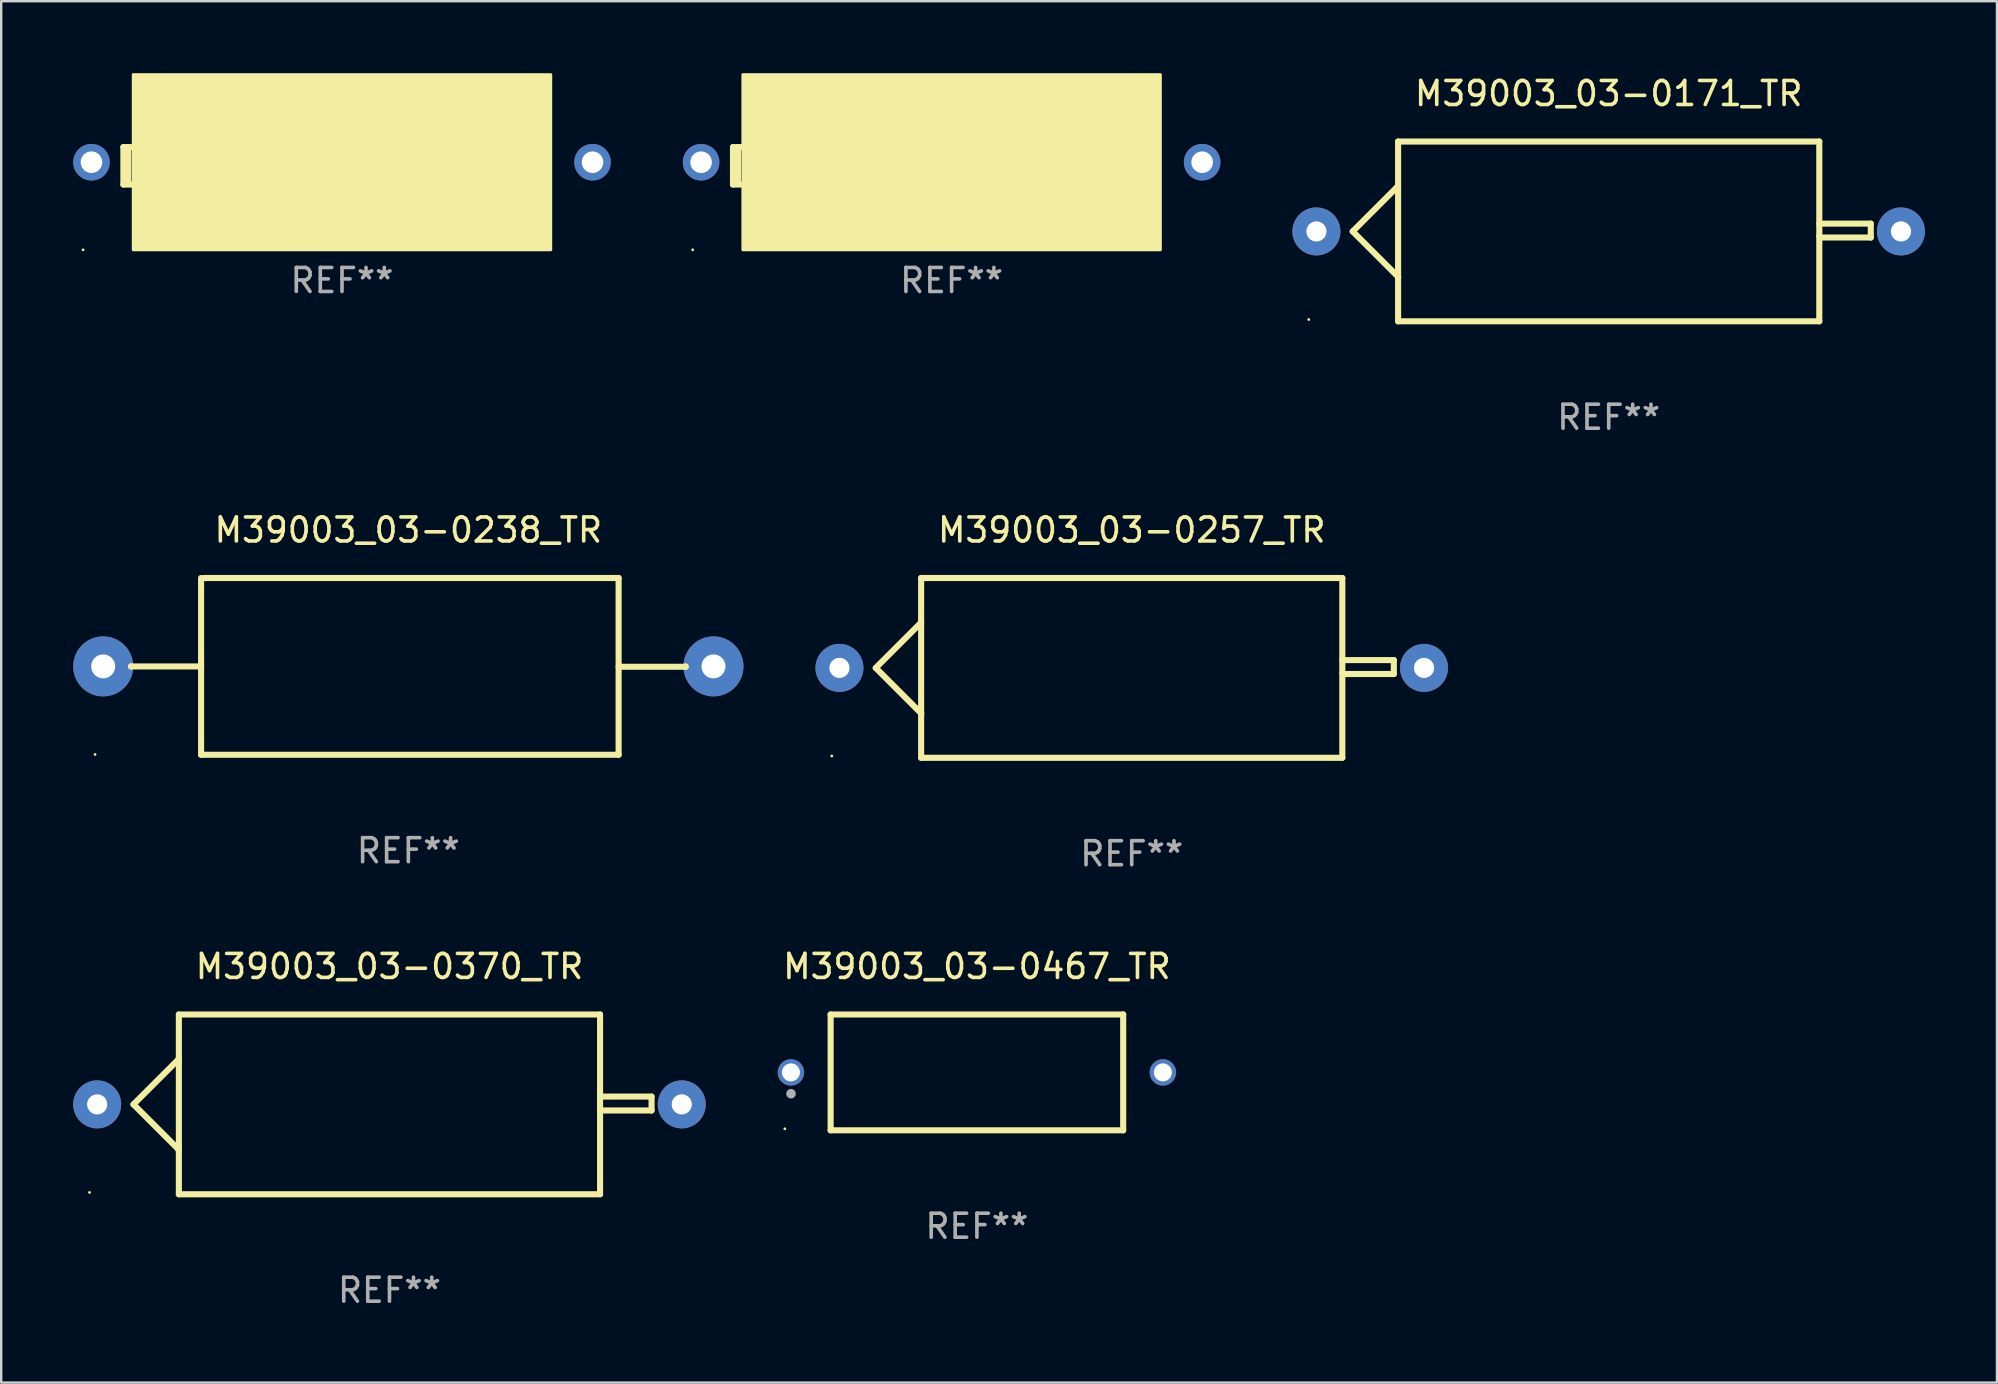
<source format=kicad_pcb>
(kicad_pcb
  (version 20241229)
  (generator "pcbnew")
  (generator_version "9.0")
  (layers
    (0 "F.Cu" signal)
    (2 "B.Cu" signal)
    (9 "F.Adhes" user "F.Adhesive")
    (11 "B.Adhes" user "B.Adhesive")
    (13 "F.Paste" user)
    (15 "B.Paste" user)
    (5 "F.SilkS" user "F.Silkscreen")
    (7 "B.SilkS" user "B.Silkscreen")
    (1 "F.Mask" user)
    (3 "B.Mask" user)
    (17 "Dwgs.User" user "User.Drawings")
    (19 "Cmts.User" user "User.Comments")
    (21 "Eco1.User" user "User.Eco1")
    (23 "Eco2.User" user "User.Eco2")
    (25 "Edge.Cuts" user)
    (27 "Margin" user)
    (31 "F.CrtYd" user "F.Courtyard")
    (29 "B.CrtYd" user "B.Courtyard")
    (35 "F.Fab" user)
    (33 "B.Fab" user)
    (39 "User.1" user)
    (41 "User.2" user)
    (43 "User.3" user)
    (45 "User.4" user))
  (footprint "M39003_03-0238_TR"
    (layer "F.Cu")
    (at 13.966 24.72)
    (property "Reference" "M39003_03-0238_TR" (at 0 -5.683 0) (layer "F.SilkS") (effects (font (size 1 1) (thickness 0.15))))
    (attr through_hole)
    (fp_line (start -11.557 0.002) (end -11.557 0) (stroke (width 0.254) (type solid)) (layer "F.SilkS"))
    (fp_line (start -8.636 -3.683) (end -8.636 3.683) (stroke (width 0.254) (type solid)) (layer "F.SilkS"))
    (fp_line (start -8.636 0.002) (end -11.557 0.002) (stroke (width 0.254) (type solid)) (layer "F.SilkS"))
    (fp_line (start -8.636 3.683) (end 8.763 3.683) (stroke (width 0.254) (type solid)) (layer "F.SilkS"))
    (fp_line (start 8.763 -3.683) (end -8.509 -3.683) (stroke (width 0.254) (type solid)) (layer "F.SilkS"))
    (fp_line (start 8.763 0.016) (end 11.557 0.016) (stroke (width 0.254) (type solid)) (layer "F.SilkS"))
    (fp_line (start 8.763 3.683) (end 8.763 -3.683) (stroke (width 0.254) (type solid)) (layer "F.SilkS"))
    (fp_line (start 11.557 0.016) (end 11.557 0) (stroke (width 0.254) (type solid)) (layer "F.SilkS"))
    (fp_circle (center -13.056 3.67) (end -13.026 3.67) (stroke (width 0.06) (type solid)) (fill no) (layer "F.SilkS"))
    (fp_text user "REF**" (at 0 7.683 0) (layer "F.Fab") (effects (font (size 1 1) (thickness 0.15))))
    (pad "1" thru_hole circle (at -12.716 0) (size 2.5 2.5) (drill 1) (layers "*.Cu" "*.Mask"))
    (pad "2" thru_hole circle (at 12.716 0) (size 2.5 2.5) (drill 1) (layers "*.Cu" "*.Mask")))
  (footprint "M39003_03-0171_TR"
    (layer "F.Cu")
    (at 63.988 6.594)
    (property "Reference" "M39003_03-0171_TR" (at 0 -5.746 0) (layer "F.SilkS") (effects (font (size 1 1) (thickness 0.15))))
    (attr through_hole)
    (fp_line (start -10.668 0) (end -8.776 1.892) (stroke (width 0.254) (type solid)) (layer "F.SilkS"))
    (fp_line (start -8.821 -1.847) (end -10.668 0) (stroke (width 0.254) (type solid)) (layer "F.SilkS"))
    (fp_line (start -8.776 -1.847) (end -8.821 -1.847) (stroke (width 0.254) (type solid)) (layer "F.SilkS"))
    (fp_line (start -8.776 1.892) (end -8.776 1.943) (stroke (width 0.254) (type solid)) (layer "F.SilkS"))
    (fp_line (start -8.776 -3.746) (end 8.776 -3.746) (stroke (width 0.254) (type solid)) (layer "F.SilkS"))
    (fp_line (start -8.776 3.746) (end -8.776 -3.746) (stroke (width 0.254) (type solid)) (layer "F.SilkS"))
    (fp_line (start 8.776 -3.746) (end 8.776 3.746) (stroke (width 0.254) (type solid)) (layer "F.SilkS"))
    (fp_line (start 8.776 -0.325) (end 10.922 -0.325) (stroke (width 0.254) (type solid)) (layer "F.SilkS"))
    (fp_line (start 8.776 3.746) (end -8.776 3.746) (stroke (width 0.254) (type solid)) (layer "F.SilkS"))
    (fp_line (start 8.831 0.254) (end 8.776 0.199) (stroke (width 0.254) (type solid)) (layer "F.SilkS"))
    (fp_line (start 10.922 -0.325) (end 10.922 0.254) (stroke (width 0.254) (type solid)) (layer "F.SilkS"))
    (fp_line (start 10.922 0.254) (end 8.831 0.254) (stroke (width 0.254) (type solid)) (layer "F.SilkS"))
    (fp_circle (center -12.5 3.67) (end -12.47 3.67) (stroke (width 0.06) (type solid)) (fill no) (layer "F.SilkS"))
    (fp_text user "+" (at -8.323 0.924 0) (layer "B.Mask") (effects (font (size 1 1) (thickness 0.15))))
    (fp_text user "REF**" (at 0 7.746 0) (layer "F.Fab") (effects (font (size 1 1) (thickness 0.15))))
    (pad "1" thru_hole circle (at -12.18 0) (size 2 2) (drill 0.84) (layers "*.Cu" "*.Mask"))
    (pad "2" thru_hole circle (at 12.18 0) (size 2 2) (drill 0.84) (layers "*.Cu" "*.Mask")))
  (footprint "M39003_03-0370_TR"
    (layer "F.Cu")
    (at 13.18 42.972)
    (property "Reference" "M39003_03-0370_TR" (at 0 -5.746 0) (layer "F.SilkS") (effects (font (size 1 1) (thickness 0.15))))
    (attr through_hole)
    (fp_line (start -10.668 0) (end -8.776 1.892) (stroke (width 0.254) (type solid)) (layer "F.SilkS"))
    (fp_line (start -8.821 -1.847) (end -10.668 0) (stroke (width 0.254) (type solid)) (layer "F.SilkS"))
    (fp_line (start -8.776 -1.847) (end -8.821 -1.847) (stroke (width 0.254) (type solid)) (layer "F.SilkS"))
    (fp_line (start -8.776 1.892) (end -8.776 1.943) (stroke (width 0.254) (type solid)) (layer "F.SilkS"))
    (fp_line (start -8.776 -3.746) (end 8.776 -3.746) (stroke (width 0.254) (type solid)) (layer "F.SilkS"))
    (fp_line (start -8.776 3.746) (end -8.776 -3.746) (stroke (width 0.254) (type solid)) (layer "F.SilkS"))
    (fp_line (start 8.776 -3.746) (end 8.776 3.746) (stroke (width 0.254) (type solid)) (layer "F.SilkS"))
    (fp_line (start 8.776 -0.325) (end 10.922 -0.325) (stroke (width 0.254) (type solid)) (layer "F.SilkS"))
    (fp_line (start 8.776 3.746) (end -8.776 3.746) (stroke (width 0.254) (type solid)) (layer "F.SilkS"))
    (fp_line (start 8.831 0.254) (end 8.776 0.199) (stroke (width 0.254) (type solid)) (layer "F.SilkS"))
    (fp_line (start 10.922 -0.325) (end 10.922 0.254) (stroke (width 0.254) (type solid)) (layer "F.SilkS"))
    (fp_line (start 10.922 0.254) (end 8.831 0.254) (stroke (width 0.254) (type solid)) (layer "F.SilkS"))
    (fp_circle (center -12.5 3.67) (end -12.47 3.67) (stroke (width 0.06) (type solid)) (fill no) (layer "F.SilkS"))
    (fp_text user "+" (at -8.323 0.924 0) (layer "B.Mask") (effects (font (size 1 1) (thickness 0.15))))
    (fp_text user "REF**" (at 0 7.746 0) (layer "F.Fab") (effects (font (size 1 1) (thickness 0.15))))
    (pad "1" thru_hole circle (at -12.18 0) (size 2 2) (drill 0.84) (layers "*.Cu" "*.Mask"))
    (pad "2" thru_hole circle (at 12.18 0) (size 2 2) (drill 0.84) (layers "*.Cu" "*.Mask")))
  (footprint "M39003_03-0156_TR"
    (layer "F.Cu")
    (at 36.606 3.86)
    (property "Reference" "M39003_03-0156_TR" (at 0 -2.78 0) (layer "F.SilkS") (effects (font (size 1 1) (thickness 0.15))))
    (attr through_hole)
    (fp_line (start -9.11 -0.78) (end -9.11 0.78) (stroke (width 0.254) (type solid)) (layer "F.SilkS"))
    (fp_line (start -9.11 0.78) (end -8.74 0.78) (stroke (width 0.254) (type solid)) (layer "F.SilkS"))
    (fp_line (start -8.904 -0.78) (end -8.904 0.65) (stroke (width 0.254) (type solid)) (layer "F.SilkS"))
    (fp_line (start -8.76 -0.78) (end -9.11 -0.78) (stroke (width 0.254) (type solid)) (layer "F.SilkS"))
    (fp_circle (center -10.79 3.5) (end -10.76 3.5) (stroke (width 0.06) (type solid)) (fill no) (layer "F.SilkS"))
    (fp_poly (pts (xy -8.7 -3.8) (xy 8.7 -3.8) (xy 8.7 3.5) (xy -8.7 3.5)) (stroke (width 0.12) (type solid)) (fill yes) (layer "F.SilkS"))
    (fp_text user "REF**" (at 0 4.78 0) (layer "F.Fab") (effects (font (size 1 1) (thickness 0.15))))
    (pad "1" thru_hole circle (at -10.44 -0.15) (size 1.524 1.524) (drill 0.9) (layers "*.Cu" "*.Mask"))
    (pad "2" thru_hole circle (at 10.44 -0.15) (size 1.524 1.524) (drill 0.9) (layers "*.Cu" "*.Mask")))
  (footprint "M39003_03-0467_TR"
    (layer "F.Cu")
    (at 37.66 41.639)
    (property "Reference" "M39003_03-0467_TR" (at 0 -4.413 0) (layer "F.SilkS") (effects (font (size 1 1) (thickness 0.15))))
    (attr through_hole)
    (fp_line (start -6.096 -2.413) (end -6.096 2.413) (stroke (width 0.254) (type solid)) (layer "F.SilkS"))
    (fp_line (start -6.096 2.413) (end 6.096 2.413) (stroke (width 0.254) (type solid)) (layer "F.SilkS"))
    (fp_line (start 6.096 -2.413) (end -6.096 -2.413) (stroke (width 0.254) (type solid)) (layer "F.SilkS"))
    (fp_line (start 6.096 2.413) (end 6.096 -2.413) (stroke (width 0.254) (type solid)) (layer "F.SilkS"))
    (fp_circle (center -8.005 2.35) (end -7.975 2.35) (stroke (width 0.06) (type solid)) (fill no) (layer "F.SilkS"))
    (fp_circle (center -7.747 0.889) (end -7.647 0.889) (stroke (width 0.2) (type solid)) (fill no) (layer "F.Fab"))
    (fp_text user "REF**" (at 0 6.413 0) (layer "F.Fab") (effects (font (size 1 1) (thickness 0.15))))
    (pad "1" thru_hole circle (at -7.75 0) (size 1.1 1.1) (drill 0.75) (layers "*.Cu" "*.Mask"))
    (pad "2" thru_hole circle (at 7.75 0) (size 1.1 1.1) (drill 0.75) (layers "*.Cu" "*.Mask")))
  (footprint "M39003_03-0257_TR"
    (layer "F.Cu")
    (at 44.112 24.783)
    (property "Reference" "M39003_03-0257_TR" (at 0 -5.746 0) (layer "F.SilkS") (effects (font (size 1 1) (thickness 0.15))))
    (attr through_hole)
    (fp_line (start -10.668 0) (end -8.776 1.892) (stroke (width 0.254) (type solid)) (layer "F.SilkS"))
    (fp_line (start -8.821 -1.847) (end -10.668 0) (stroke (width 0.254) (type solid)) (layer "F.SilkS"))
    (fp_line (start -8.776 -1.847) (end -8.821 -1.847) (stroke (width 0.254) (type solid)) (layer "F.SilkS"))
    (fp_line (start -8.776 1.892) (end -8.776 1.943) (stroke (width 0.254) (type solid)) (layer "F.SilkS"))
    (fp_line (start -8.776 -3.746) (end 8.776 -3.746) (stroke (width 0.254) (type solid)) (layer "F.SilkS"))
    (fp_line (start -8.776 3.746) (end -8.776 -3.746) (stroke (width 0.254) (type solid)) (layer "F.SilkS"))
    (fp_line (start 8.776 -3.746) (end 8.776 3.746) (stroke (width 0.254) (type solid)) (layer "F.SilkS"))
    (fp_line (start 8.776 -0.325) (end 10.922 -0.325) (stroke (width 0.254) (type solid)) (layer "F.SilkS"))
    (fp_line (start 8.776 3.746) (end -8.776 3.746) (stroke (width 0.254) (type solid)) (layer "F.SilkS"))
    (fp_line (start 8.831 0.254) (end 8.776 0.199) (stroke (width 0.254) (type solid)) (layer "F.SilkS"))
    (fp_line (start 10.922 -0.325) (end 10.922 0.254) (stroke (width 0.254) (type solid)) (layer "F.SilkS"))
    (fp_line (start 10.922 0.254) (end 8.831 0.254) (stroke (width 0.254) (type solid)) (layer "F.SilkS"))
    (fp_circle (center -12.5 3.67) (end -12.47 3.67) (stroke (width 0.06) (type solid)) (fill no) (layer "F.SilkS"))
    (fp_text user "+" (at -8.323 0.924 0) (layer "B.Mask") (effects (font (size 1 1) (thickness 0.15))))
    (fp_text user "REF**" (at 0 7.746 0) (layer "F.Fab") (effects (font (size 1 1) (thickness 0.15))))
    (pad "1" thru_hole circle (at -12.18 0) (size 2 2) (drill 0.84) (layers "*.Cu" "*.Mask"))
    (pad "2" thru_hole circle (at 12.18 0) (size 2 2) (drill 0.84) (layers "*.Cu" "*.Mask")))
  (footprint "M39003_03-0139_TR"
    (layer "F.Cu")
    (at 11.202 3.86)
    (property "Reference" "M39003_03-0139_TR" (at 0 -2.78 0) (layer "F.SilkS") (effects (font (size 1 1) (thickness 0.15))))
    (attr through_hole)
    (fp_line (start -9.11 -0.78) (end -9.11 0.78) (stroke (width 0.254) (type solid)) (layer "F.SilkS"))
    (fp_line (start -9.11 0.78) (end -8.74 0.78) (stroke (width 0.254) (type solid)) (layer "F.SilkS"))
    (fp_line (start -8.904 -0.78) (end -8.904 0.65) (stroke (width 0.254) (type solid)) (layer "F.SilkS"))
    (fp_line (start -8.76 -0.78) (end -9.11 -0.78) (stroke (width 0.254) (type solid)) (layer "F.SilkS"))
    (fp_circle (center -10.79 3.5) (end -10.76 3.5) (stroke (width 0.06) (type solid)) (fill no) (layer "F.SilkS"))
    (fp_poly (pts (xy -8.7 -3.8) (xy 8.7 -3.8) (xy 8.7 3.5) (xy -8.7 3.5)) (stroke (width 0.12) (type solid)) (fill yes) (layer "F.SilkS"))
    (fp_text user "REF**" (at 0 4.78 0) (layer "F.Fab") (effects (font (size 1 1) (thickness 0.15))))
    (pad "1" thru_hole circle (at -10.44 -0.15) (size 1.524 1.524) (drill 0.9) (layers "*.Cu" "*.Mask"))
    (pad "2" thru_hole circle (at 10.44 -0.15) (size 1.524 1.524) (drill 0.9) (layers "*.Cu" "*.Mask")))
  (gr_rect
    (start -3 -3)
    (end 80.168 54.567)
    (stroke (width 0.1) (type default))
    (fill no)
    (layer "Edge.Cuts")))
</source>
